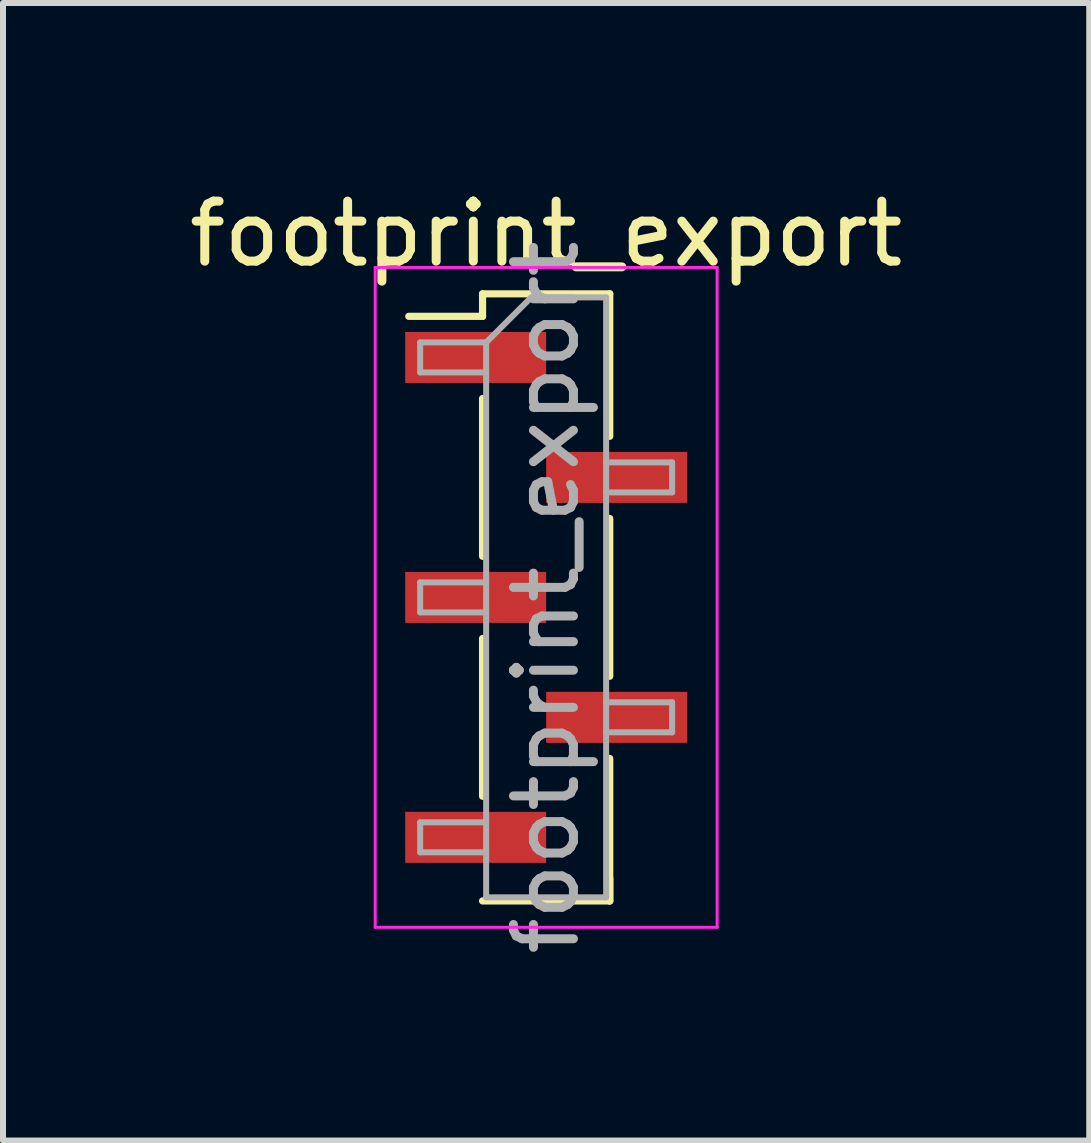
<source format=kicad_pcb>
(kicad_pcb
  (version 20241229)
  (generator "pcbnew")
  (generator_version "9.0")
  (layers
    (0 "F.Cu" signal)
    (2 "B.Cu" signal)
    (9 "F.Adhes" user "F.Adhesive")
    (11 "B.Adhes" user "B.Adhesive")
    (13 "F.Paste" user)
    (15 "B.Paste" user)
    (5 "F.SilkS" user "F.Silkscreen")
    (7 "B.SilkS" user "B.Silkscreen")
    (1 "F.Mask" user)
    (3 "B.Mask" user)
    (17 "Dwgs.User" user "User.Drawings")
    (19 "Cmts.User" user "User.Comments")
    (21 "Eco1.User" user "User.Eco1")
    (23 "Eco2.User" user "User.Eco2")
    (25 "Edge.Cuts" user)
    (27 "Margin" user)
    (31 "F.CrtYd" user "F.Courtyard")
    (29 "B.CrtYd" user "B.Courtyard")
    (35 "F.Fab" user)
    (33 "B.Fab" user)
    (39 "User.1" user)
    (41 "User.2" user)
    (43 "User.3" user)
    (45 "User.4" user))
  (footprint "footprint_export"
    (layer "F.Cu")
    (at 6.054 6.908)
    (property "Reference" "footprint_export" (at 0 -6.06 0) (layer "F.SilkS") (effects (font (size 1 1) (thickness 0.15))))
    (attr smd)
    (fp_line (start -1.06 -5.06) (end -1.06 -4.685) (stroke (width 0.12) (type solid)) (layer "F.SilkS"))
    (fp_line (start -1.06 -5.06) (end 1.06 -5.06) (stroke (width 0.12) (type solid)) (layer "F.SilkS"))
    (fp_line (start -1.06 -4.685) (end -2.29 -4.685) (stroke (width 0.12) (type solid)) (layer "F.SilkS"))
    (fp_line (start -1.06 -3.315) (end -1.06 -0.685) (stroke (width 0.12) (type solid)) (layer "F.SilkS"))
    (fp_line (start -1.06 0.685) (end -1.06 3.315) (stroke (width 0.12) (type solid)) (layer "F.SilkS"))
    (fp_line (start -1.06 5.06) (end 1.06 5.06) (stroke (width 0.12) (type solid)) (layer "F.SilkS"))
    (fp_line (start 1.06 -5.06) (end 1.06 -2.685) (stroke (width 0.12) (type solid)) (layer "F.SilkS"))
    (fp_line (start 1.06 -1.315) (end 1.06 1.315) (stroke (width 0.12) (type solid)) (layer "F.SilkS"))
    (fp_line (start 1.06 2.685) (end 1.06 5.06) (stroke (width 0.12) (type solid)) (layer "F.SilkS"))
    (fp_line (start 1.06 4.685) (end 1.06 5.06) (stroke (width 0.12) (type solid)) (layer "F.SilkS"))
    (fp_line (start -2.85 -5.5) (end -2.85 5.5) (stroke (width 0.05) (type solid)) (layer "F.CrtYd"))
    (fp_line (start -2.85 5.5) (end 2.85 5.5) (stroke (width 0.05) (type solid)) (layer "F.CrtYd"))
    (fp_line (start 2.85 -5.5) (end -2.85 -5.5) (stroke (width 0.05) (type solid)) (layer "F.CrtYd"))
    (fp_line (start 2.85 5.5) (end 2.85 -5.5) (stroke (width 0.05) (type solid)) (layer "F.CrtYd"))
    (fp_line (start -2.1 -4.25) (end -2.1 -3.75) (stroke (width 0.1) (type solid)) (layer "F.Fab"))
    (fp_line (start -2.1 -3.75) (end -1 -3.75) (stroke (width 0.1) (type solid)) (layer "F.Fab"))
    (fp_line (start -2.1 -0.25) (end -2.1 0.25) (stroke (width 0.1) (type solid)) (layer "F.Fab"))
    (fp_line (start -2.1 0.25) (end -1 0.25) (stroke (width 0.1) (type solid)) (layer "F.Fab"))
    (fp_line (start -2.1 3.75) (end -2.1 4.25) (stroke (width 0.1) (type solid)) (layer "F.Fab"))
    (fp_line (start -2.1 4.25) (end -1 4.25) (stroke (width 0.1) (type solid)) (layer "F.Fab"))
    (fp_line (start -1 -4.25) (end -2.1 -4.25) (stroke (width 0.1) (type solid)) (layer "F.Fab"))
    (fp_line (start -1 -4.25) (end -0.25 -5) (stroke (width 0.1) (type solid)) (layer "F.Fab"))
    (fp_line (start -1 -0.25) (end -2.1 -0.25) (stroke (width 0.1) (type solid)) (layer "F.Fab"))
    (fp_line (start -1 3.75) (end -2.1 3.75) (stroke (width 0.1) (type solid)) (layer "F.Fab"))
    (fp_line (start -1 5) (end -1 -4.25) (stroke (width 0.1) (type solid)) (layer "F.Fab"))
    (fp_line (start -0.25 -5) (end 1 -5) (stroke (width 0.1) (type solid)) (layer "F.Fab"))
    (fp_line (start 1 -5) (end 1 5) (stroke (width 0.1) (type solid)) (layer "F.Fab"))
    (fp_line (start 1 -2.25) (end 2.1 -2.25) (stroke (width 0.1) (type solid)) (layer "F.Fab"))
    (fp_line (start 1 1.75) (end 2.1 1.75) (stroke (width 0.1) (type solid)) (layer "F.Fab"))
    (fp_line (start 1 5) (end -1 5) (stroke (width 0.1) (type solid)) (layer "F.Fab"))
    (fp_line (start 2.1 -2.25) (end 2.1 -1.75) (stroke (width 0.1) (type solid)) (layer "F.Fab"))
    (fp_line (start 2.1 -1.75) (end 1 -1.75) (stroke (width 0.1) (type solid)) (layer "F.Fab"))
    (fp_line (start 2.1 1.75) (end 2.1 2.25) (stroke (width 0.1) (type solid)) (layer "F.Fab"))
    (fp_line (start 2.1 2.25) (end 1 2.25) (stroke (width 0.1) (type solid)) (layer "F.Fab"))
    (fp_text user "${REFERENCE}" (at 0 0 90) (layer "F.Fab") (effects (font (size 1 1) (thickness 0.15))))
    (pad "1" smd rect (at -1.175 -4) (size 2.35 0.85) (layers "F.Cu" "F.Mask" "F.Paste"))
    (pad "2" smd rect (at 1.175 -2) (size 2.35 0.85) (layers "F.Cu" "F.Mask" "F.Paste"))
    (pad "3" smd rect (at -1.175 0) (size 2.35 0.85) (layers "F.Cu" "F.Mask" "F.Paste"))
    (pad "4" smd rect (at 1.175 2) (size 2.35 0.85) (layers "F.Cu" "F.Mask" "F.Paste"))
    (pad "5" smd rect (at -1.175 4) (size 2.35 0.85) (layers "F.Cu" "F.Mask" "F.Paste")))
  (gr_rect
    (start -3 -3)
    (end 15.107 15.962)
    (stroke (width 0.1) (type default))
    (fill no)
    (layer "Edge.Cuts")))
</source>
